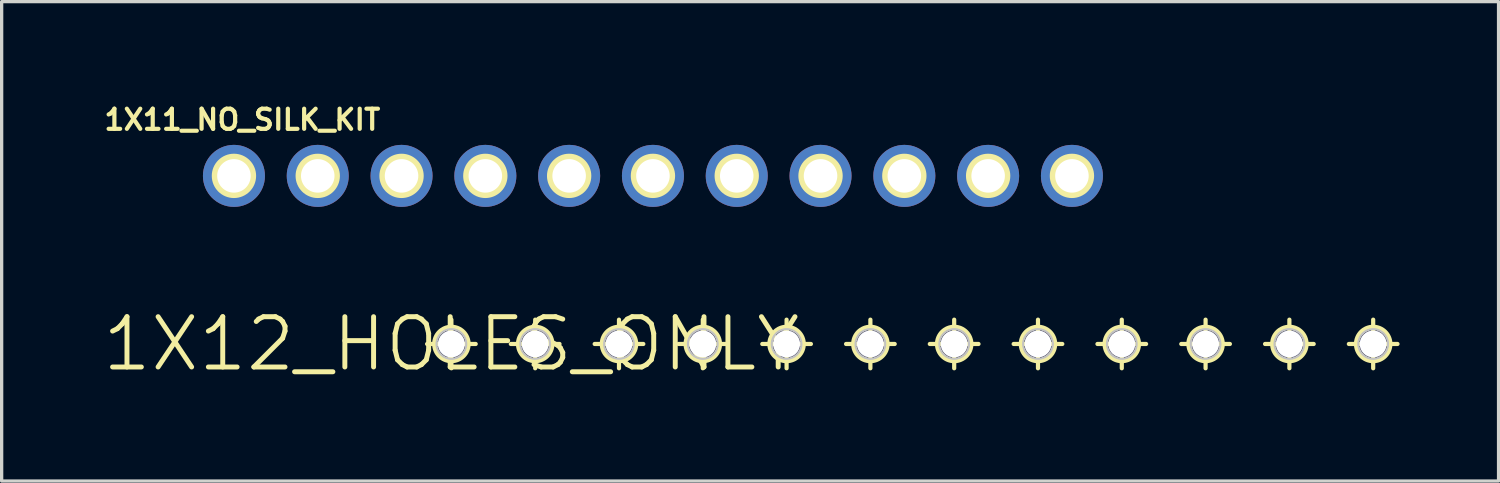
<source format=kicad_pcb>
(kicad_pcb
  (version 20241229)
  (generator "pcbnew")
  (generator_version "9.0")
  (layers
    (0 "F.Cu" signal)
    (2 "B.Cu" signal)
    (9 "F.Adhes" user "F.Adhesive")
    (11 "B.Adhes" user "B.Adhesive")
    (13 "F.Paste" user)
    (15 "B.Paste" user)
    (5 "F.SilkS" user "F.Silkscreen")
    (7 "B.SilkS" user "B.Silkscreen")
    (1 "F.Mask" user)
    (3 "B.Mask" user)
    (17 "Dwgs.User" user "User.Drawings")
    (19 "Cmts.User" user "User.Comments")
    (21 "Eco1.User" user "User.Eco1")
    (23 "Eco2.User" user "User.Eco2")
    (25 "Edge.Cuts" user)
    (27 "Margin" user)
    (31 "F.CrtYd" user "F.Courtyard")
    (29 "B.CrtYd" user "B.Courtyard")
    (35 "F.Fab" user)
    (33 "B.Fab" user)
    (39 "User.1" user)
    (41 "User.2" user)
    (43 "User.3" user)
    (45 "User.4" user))
  (footprint "1X12_HOLES_ONLY"
    (layer "F.Cu")
    (at 10.632 7.376)
    (property "Reference" "1X12_HOLES_ONLY" (at 0 0 0) (layer "F.SilkS") (effects (font (size 1.524 1.524) (thickness 0.15))))
    (attr exclude_from_pos_files exclude_from_bom)
    (fp_line (start -0.737 0) (end 0.737 0) (stroke (width 0.127) (type solid)) (layer "F.SilkS"))
    (fp_line (start 0 0.737) (end 0 -0.737) (stroke (width 0.127) (type solid)) (layer "F.SilkS"))
    (fp_line (start 1.801 0) (end 3.277 0) (stroke (width 0.127) (type solid)) (layer "F.SilkS"))
    (fp_line (start 2.54 0.737) (end 2.54 -0.737) (stroke (width 0.127) (type solid)) (layer "F.SilkS"))
    (fp_line (start 4.343 0) (end 5.817 0) (stroke (width 0.127) (type solid)) (layer "F.SilkS"))
    (fp_line (start 5.08 0.737) (end 5.08 -0.737) (stroke (width 0.127) (type solid)) (layer "F.SilkS"))
    (fp_line (start 6.883 0) (end 8.357 0) (stroke (width 0.127) (type solid)) (layer "F.SilkS"))
    (fp_line (start 7.62 0.737) (end 7.62 -0.737) (stroke (width 0.127) (type solid)) (layer "F.SilkS"))
    (fp_line (start 9.423 0) (end 10.897 0) (stroke (width 0.127) (type solid)) (layer "F.SilkS"))
    (fp_line (start 10.16 0.737) (end 10.16 -0.737) (stroke (width 0.127) (type solid)) (layer "F.SilkS"))
    (fp_line (start 11.963 0) (end 13.437 0) (stroke (width 0.127) (type solid)) (layer "F.SilkS"))
    (fp_line (start 12.7 0.737) (end 12.7 -0.737) (stroke (width 0.127) (type solid)) (layer "F.SilkS"))
    (fp_line (start 14.501 0) (end 15.977 0) (stroke (width 0.127) (type solid)) (layer "F.SilkS"))
    (fp_line (start 15.24 0.737) (end 15.24 -0.737) (stroke (width 0.127) (type solid)) (layer "F.SilkS"))
    (fp_line (start 17.043 0) (end 18.517 0) (stroke (width 0.127) (type solid)) (layer "F.SilkS"))
    (fp_line (start 17.78 0.737) (end 17.78 -0.737) (stroke (width 0.127) (type solid)) (layer "F.SilkS"))
    (fp_line (start 19.583 0) (end 21.057 0) (stroke (width 0.127) (type solid)) (layer "F.SilkS"))
    (fp_line (start 20.32 0.737) (end 20.32 -0.737) (stroke (width 0.127) (type solid)) (layer "F.SilkS"))
    (fp_line (start 22.123 0) (end 23.597 0) (stroke (width 0.127) (type solid)) (layer "F.SilkS"))
    (fp_line (start 22.86 0.737) (end 22.86 -0.737) (stroke (width 0.127) (type solid)) (layer "F.SilkS"))
    (fp_line (start 24.663 0) (end 26.137 0) (stroke (width 0.127) (type solid)) (layer "F.SilkS"))
    (fp_line (start 25.4 0.737) (end 25.4 -0.737) (stroke (width 0.127) (type solid)) (layer "F.SilkS"))
    (fp_line (start 27.203 0) (end 28.677 0) (stroke (width 0.127) (type solid)) (layer "F.SilkS"))
    (fp_line (start 27.94 0.737) (end 27.94 -0.737) (stroke (width 0.127) (type solid)) (layer "F.SilkS"))
    (fp_circle (center 0 0) (end -0.368 0.368) (stroke (width 0.127) (type solid)) (fill no) (layer "F.SilkS"))
    (fp_circle (center 2.54 0) (end 2.908 0.368) (stroke (width 0.127) (type solid)) (fill no) (layer "F.SilkS"))
    (fp_circle (center 5.08 0) (end 5.448 0.368) (stroke (width 0.127) (type solid)) (fill no) (layer "F.SilkS"))
    (fp_circle (center 7.62 0) (end 7.988 0.368) (stroke (width 0.127) (type solid)) (fill no) (layer "F.SilkS"))
    (fp_circle (center 10.16 0) (end 10.528 0.368) (stroke (width 0.127) (type solid)) (fill no) (layer "F.SilkS"))
    (fp_circle (center 12.7 0) (end 13.068 0.368) (stroke (width 0.127) (type solid)) (fill no) (layer "F.SilkS"))
    (fp_circle (center 15.24 0) (end 15.608 0.368) (stroke (width 0.127) (type solid)) (fill no) (layer "F.SilkS"))
    (fp_circle (center 17.78 0) (end 18.148 0.368) (stroke (width 0.127) (type solid)) (fill no) (layer "F.SilkS"))
    (fp_circle (center 20.32 0) (end 20.688 0.368) (stroke (width 0.127) (type solid)) (fill no) (layer "F.SilkS"))
    (fp_circle (center 22.86 0) (end 23.228 0.368) (stroke (width 0.127) (type solid)) (fill no) (layer "F.SilkS"))
    (fp_circle (center 25.4 0) (end 25.768 0.368) (stroke (width 0.127) (type solid)) (fill no) (layer "F.SilkS"))
    (fp_circle (center 27.94 0) (end 28.308 0.368) (stroke (width 0.127) (type solid)) (fill no) (layer "F.SilkS"))
    (fp_circle (center 0 0) (end -0.318 0.318) (stroke (width 0.064) (type solid)) (fill no) (layer "Dwgs.User"))
    (fp_circle (center 2.54 0) (end 2.857 0.318) (stroke (width 0.064) (type solid)) (fill no) (layer "Dwgs.User"))
    (fp_circle (center 5.08 0) (end 5.397 0.318) (stroke (width 0.064) (type solid)) (fill no) (layer "Dwgs.User"))
    (fp_circle (center 7.62 0) (end 7.938 0.318) (stroke (width 0.064) (type solid)) (fill no) (layer "Dwgs.User"))
    (fp_circle (center 10.16 0) (end 10.477 0.318) (stroke (width 0.064) (type solid)) (fill no) (layer "Dwgs.User"))
    (fp_circle (center 12.7 0) (end 13.018 0.318) (stroke (width 0.064) (type solid)) (fill no) (layer "Dwgs.User"))
    (fp_circle (center 15.24 0) (end 15.557 0.318) (stroke (width 0.064) (type solid)) (fill no) (layer "Dwgs.User"))
    (fp_circle (center 17.78 0) (end 18.098 0.318) (stroke (width 0.064) (type solid)) (fill no) (layer "Dwgs.User"))
    (fp_circle (center 20.32 0) (end 20.637 0.318) (stroke (width 0.064) (type solid)) (fill no) (layer "Dwgs.User"))
    (fp_circle (center 22.86 0) (end 23.177 0.318) (stroke (width 0.064) (type solid)) (fill no) (layer "Dwgs.User"))
    (fp_circle (center 25.4 0) (end 25.718 0.318) (stroke (width 0.064) (type solid)) (fill no) (layer "Dwgs.User"))
    (fp_circle (center 27.94 0) (end 28.258 0.318) (stroke (width 0.064) (type solid)) (fill no) (layer "Dwgs.User"))
    (pad "1" thru_hole circle (at 0 0) (size 0.813 0.813) (drill 0.889) (layers "*.Cu" "*.Paste" "*.Mask"))
    (pad "2" thru_hole circle (at 2.54 0) (size 0.813 0.813) (drill 0.889) (layers "*.Cu" "*.Paste" "*.Mask"))
    (pad "3" thru_hole circle (at 5.08 0) (size 0.813 0.813) (drill 0.889) (layers "*.Cu" "*.Paste" "*.Mask"))
    (pad "4" thru_hole circle (at 7.62 0) (size 0.813 0.813) (drill 0.889) (layers "*.Cu" "*.Paste" "*.Mask"))
    (pad "5" thru_hole circle (at 10.16 0) (size 0.813 0.813) (drill 0.889) (layers "*.Cu" "*.Paste" "*.Mask"))
    (pad "6" thru_hole circle (at 12.7 0) (size 0.813 0.813) (drill 0.889) (layers "*.Cu" "*.Paste" "*.Mask"))
    (pad "7" thru_hole circle (at 15.24 0) (size 0.813 0.813) (drill 0.889) (layers "*.Cu" "*.Paste" "*.Mask"))
    (pad "8" thru_hole circle (at 17.78 0) (size 0.813 0.813) (drill 0.889) (layers "*.Cu" "*.Paste" "*.Mask"))
    (pad "9" thru_hole circle (at 20.32 0) (size 0.813 0.813) (drill 0.889) (layers "*.Cu" "*.Paste" "*.Mask"))
    (pad "10" thru_hole circle (at 22.86 0) (size 0.813 0.813) (drill 0.889) (layers "*.Cu" "*.Paste" "*.Mask"))
    (pad "11" thru_hole circle (at 25.4 0) (size 0.813 0.813) (drill 0.889) (layers "*.Cu" "*.Paste" "*.Mask"))
    (pad "12" thru_hole circle (at 27.94 0) (size 0.813 0.813) (drill 0.889) (layers "*.Cu" "*.Paste" "*.Mask")))
  (footprint "1X11_NO_SILK_KIT"
    (layer "F.Cu")
    (at 4.041 2.281)
    (property "Reference" "1X11_NO_SILK_KIT" (at 0.254 -1.702 0) (layer "F.SilkS") (effects (font (size 0.61 0.61) (thickness 0.127))))
    (attr exclude_from_pos_files exclude_from_bom)
    (fp_circle (center 0 0) (end -0.475 0.475) (stroke (width 0) (type solid)) (fill yes) (layer "F.SilkS"))
    (fp_circle (center 0 0) (end -0.254 0.254) (stroke (width 0) (type solid)) (fill yes) (layer "F.SilkS"))
    (fp_circle (center 2.54 0) (end 2.794 0.254) (stroke (width 0) (type solid)) (fill yes) (layer "F.SilkS"))
    (fp_circle (center 2.54 0) (end 3.015 0.475) (stroke (width 0) (type solid)) (fill yes) (layer "F.SilkS"))
    (fp_circle (center 5.08 0) (end 5.334 0.254) (stroke (width 0) (type solid)) (fill yes) (layer "F.SilkS"))
    (fp_circle (center 5.08 0) (end 5.555 0.475) (stroke (width 0) (type solid)) (fill yes) (layer "F.SilkS"))
    (fp_circle (center 7.62 0) (end 7.874 0.254) (stroke (width 0) (type solid)) (fill yes) (layer "F.SilkS"))
    (fp_circle (center 7.62 0) (end 8.095 0.475) (stroke (width 0) (type solid)) (fill yes) (layer "F.SilkS"))
    (fp_circle (center 10.16 0) (end 10.414 0.254) (stroke (width 0) (type solid)) (fill yes) (layer "F.SilkS"))
    (fp_circle (center 10.16 0) (end 10.635 0.475) (stroke (width 0) (type solid)) (fill yes) (layer "F.SilkS"))
    (fp_circle (center 12.7 0) (end 12.954 0.254) (stroke (width 0) (type solid)) (fill yes) (layer "F.SilkS"))
    (fp_circle (center 12.7 0) (end 13.175 0.475) (stroke (width 0) (type solid)) (fill yes) (layer "F.SilkS"))
    (fp_circle (center 15.24 0) (end 15.494 0.254) (stroke (width 0) (type solid)) (fill yes) (layer "F.SilkS"))
    (fp_circle (center 15.24 0) (end 15.715 0.475) (stroke (width 0) (type solid)) (fill yes) (layer "F.SilkS"))
    (fp_circle (center 17.78 0) (end 18.034 0.254) (stroke (width 0) (type solid)) (fill yes) (layer "F.SilkS"))
    (fp_circle (center 17.78 0) (end 18.255 0.475) (stroke (width 0) (type solid)) (fill yes) (layer "F.SilkS"))
    (fp_circle (center 20.32 0) (end 20.574 0.254) (stroke (width 0) (type solid)) (fill yes) (layer "F.SilkS"))
    (fp_circle (center 20.32 0) (end 20.795 0.475) (stroke (width 0) (type solid)) (fill yes) (layer "F.SilkS"))
    (fp_circle (center 22.86 0) (end 23.114 0.254) (stroke (width 0) (type solid)) (fill yes) (layer "F.SilkS"))
    (fp_circle (center 22.86 0) (end 23.335 0.475) (stroke (width 0) (type solid)) (fill yes) (layer "F.SilkS"))
    (fp_circle (center 25.4 0) (end 25.654 0.254) (stroke (width 0) (type solid)) (fill yes) (layer "F.SilkS"))
    (fp_circle (center 25.4 0) (end 25.875 0.475) (stroke (width 0) (type solid)) (fill yes) (layer "F.SilkS"))
    (pad "1" thru_hole circle (at 0 0) (size 1.88 1.88) (drill 1.016) (layers "*.Cu" "*.Paste" "*.Mask"))
    (pad "2" thru_hole circle (at 2.54 0) (size 1.88 1.88) (drill 1.016) (layers "*.Cu" "*.Paste" "*.Mask"))
    (pad "3" thru_hole circle (at 5.08 0) (size 1.88 1.88) (drill 1.016) (layers "*.Cu" "*.Paste" "*.Mask"))
    (pad "4" thru_hole circle (at 7.62 0) (size 1.88 1.88) (drill 1.016) (layers "*.Cu" "*.Paste" "*.Mask"))
    (pad "5" thru_hole circle (at 10.16 0) (size 1.88 1.88) (drill 1.016) (layers "*.Cu" "*.Paste" "*.Mask"))
    (pad "6" thru_hole circle (at 12.7 0) (size 1.88 1.88) (drill 1.016) (layers "*.Cu" "*.Paste" "*.Mask"))
    (pad "7" thru_hole circle (at 15.24 0) (size 1.88 1.88) (drill 1.016) (layers "*.Cu" "*.Paste" "*.Mask"))
    (pad "8" thru_hole circle (at 17.78 0) (size 1.88 1.88) (drill 1.016) (layers "*.Cu" "*.Paste" "*.Mask"))
    (pad "9" thru_hole circle (at 20.32 0) (size 1.88 1.88) (drill 1.016) (layers "*.Cu" "*.Paste" "*.Mask"))
    (pad "10" thru_hole circle (at 22.86 0) (size 1.88 1.88) (drill 1.016) (layers "*.Cu" "*.Paste" "*.Mask"))
    (pad "11" thru_hole circle (at 25.4 0) (size 1.88 1.88) (drill 1.016) (layers "*.Cu" "*.Paste" "*.Mask")))
  (gr_rect
    (start -3 -3)
    (end 42.372 11.531)
    (stroke (width 0.1) (type default))
    (fill no)
    (layer "Edge.Cuts")))
</source>
